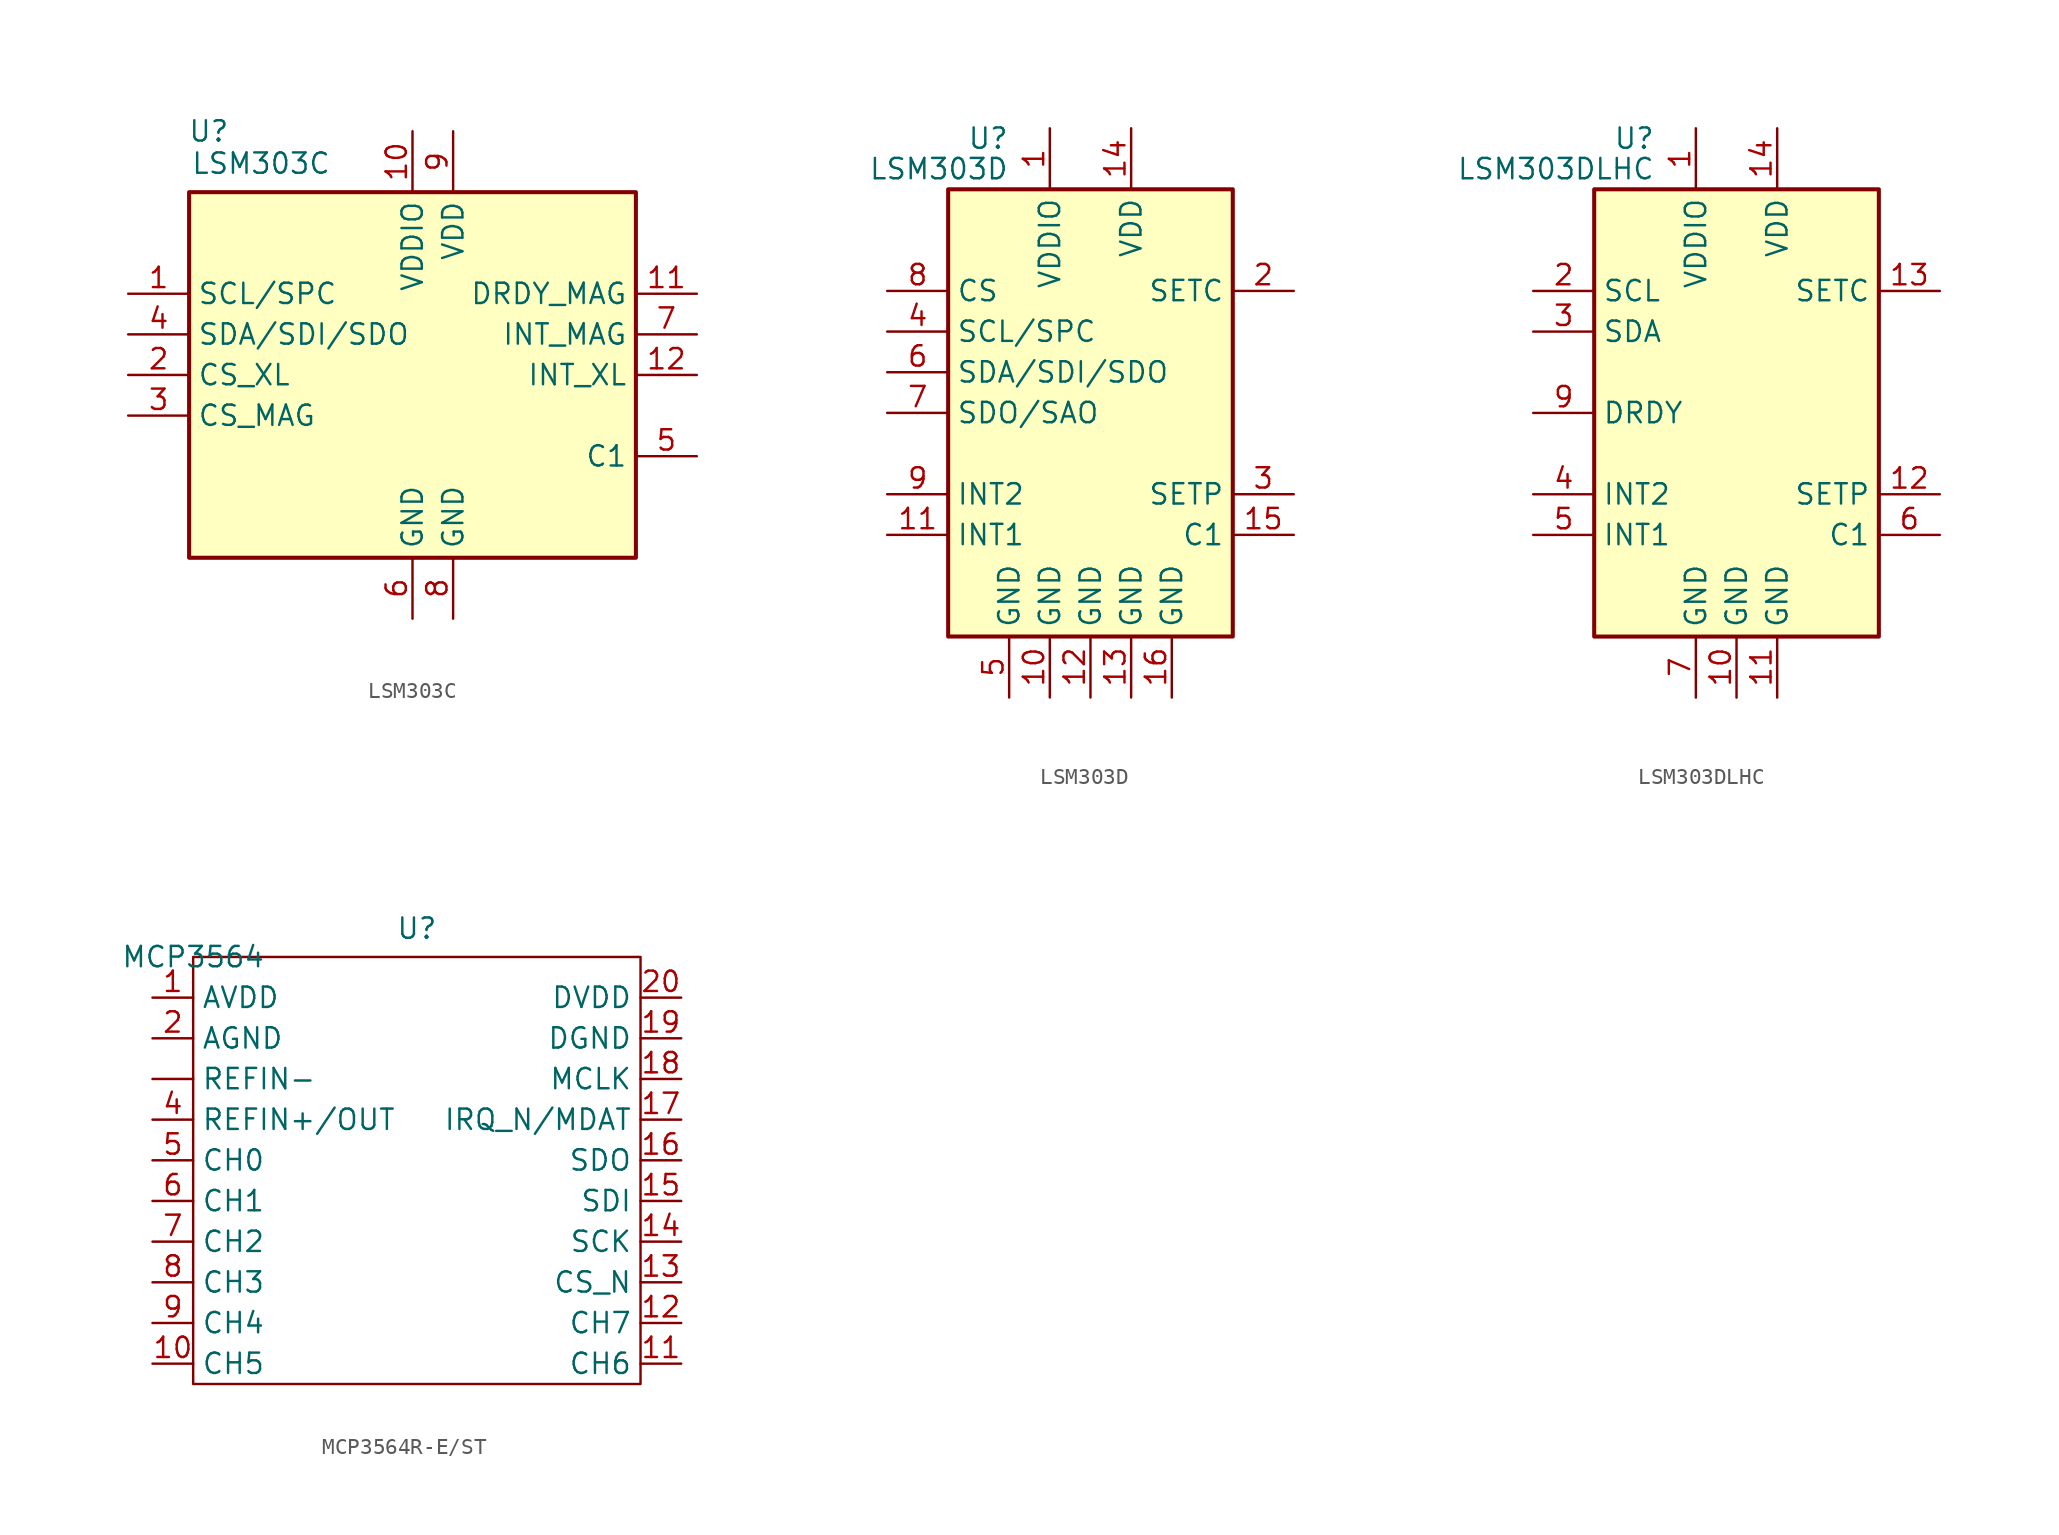
<source format=kicad_sym>
(kicad_symbol_lib
  (version 20241209)
  (generator "kicad_symbol_editor")
  (generator_version "9.0")
  (symbol "LSM303C"
    (property "Reference" "U"
      (at -11.43 15.24 0)
      (effects (font (size 1.27 1.27)) (justify right)))
    (property "Value" "LSM303C"
      (at -5.08 13.97 0)
      (effects (font (size 1.27 1.27)) (justify right top)))
    (symbol "LSM303C_0_1"
      (rectangle (start 13.97 11.43) (end -13.97 -11.43) (stroke (width 0.254) (type solid)) (fill (type background))))
    (symbol "LSM303C_1_1"
      (pin output line (at -17.78 5.08 0) (length 3.81) (name "SCL/SPC" (effects (font (size 1.27 1.27)))) (number "1" (effects (font (size 1.27 1.27)))))
      (pin bidirectional line (at -17.78 2.54 0) (length 3.81) (name "SDA/SDI/SDO" (effects (font (size 1.27 1.27)))) (number "4" (effects (font (size 1.27 1.27)))))
      (pin input line (at -17.78 0 0) (length 3.81) (name "CS_XL" (effects (font (size 1.27 1.27)))) (number "2" (effects (font (size 1.27 1.27)))))
      (pin input line (at -17.78 -2.54 0) (length 3.81) (name "CS_MAG" (effects (font (size 1.27 1.27)))) (number "3" (effects (font (size 1.27 1.27)))))
      (pin power_in line (at 0 15.24 270) (length 3.81) (name "VDDIO" (effects (font (size 1.27 1.27)))) (number "10" (effects (font (size 1.27 1.27)))))
      (pin power_in line (at 0 -15.24 90) (length 3.81) (name "GND" (effects (font (size 1.27 1.27)))) (number "6" (effects (font (size 1.27 1.27)))))
      (pin power_in line (at 2.54 15.24 270) (length 3.81) (name "VDD" (effects (font (size 1.27 1.27)))) (number "9" (effects (font (size 1.27 1.27)))))
      (pin power_in line (at 2.54 -15.24 90) (length 3.81) (name "GND" (effects (font (size 1.27 1.27)))) (number "8" (effects (font (size 1.27 1.27)))))
      (pin output line (at 17.78 5.08 180) (length 3.81) (name "DRDY_MAG" (effects (font (size 1.27 1.27)))) (number "11" (effects (font (size 1.27 1.27)))))
      (pin output line (at 17.78 2.54 180) (length 3.81) (name "INT_MAG" (effects (font (size 1.27 1.27)))) (number "7" (effects (font (size 1.27 1.27)))))
      (pin output line (at 17.78 0 180) (length 3.81) (name "INT_XL" (effects (font (size 1.27 1.27)))) (number "12" (effects (font (size 1.27 1.27)))))
      (pin passive line (at 17.78 -5.08 180) (length 3.81) (name "C1" (effects (font (size 1.27 1.27)))) (number "5" (effects (font (size 1.27 1.27)))))))
  (symbol "LSM303D"
    (property "Reference" "U"
      (at -5.08 17.145 0)
      (effects (font (size 1.27 1.27)) (justify right)))
    (property "Value" "LSM303D"
      (at -5.08 15.24 0)
      (effects (font (size 1.27 1.27)) (justify right)))
    (symbol "LSM303D_0_1"
      (rectangle (start 8.89 13.97) (end -8.89 -13.97) (stroke (width 0.254) (type solid)) (fill (type background))))
    (symbol "LSM303D_1_1"
      (pin input line (at -12.7 7.62 0) (length 3.81) (name "CS" (effects (font (size 1.27 1.27)))) (number "8" (effects (font (size 1.27 1.27)))))
      (pin input line (at -12.7 5.08 0) (length 3.81) (name "SCL/SPC" (effects (font (size 1.27 1.27)))) (number "4" (effects (font (size 1.27 1.27)))))
      (pin bidirectional line (at -12.7 2.54 0) (length 3.81) (name "SDA/SDI/SDO" (effects (font (size 1.27 1.27)))) (number "6" (effects (font (size 1.27 1.27)))))
      (pin output line (at -12.7 0 0) (length 3.81) (name "SDO/SAO" (effects (font (size 1.27 1.27)))) (number "7" (effects (font (size 1.27 1.27)))))
      (pin output line (at -12.7 -5.08 0) (length 3.81) (name "INT2" (effects (font (size 1.27 1.27)))) (number "9" (effects (font (size 1.27 1.27)))))
      (pin output line (at -12.7 -7.62 0) (length 3.81) (name "INT1" (effects (font (size 1.27 1.27)))) (number "11" (effects (font (size 1.27 1.27)))))
      (pin power_in line (at -5.08 -17.78 90) (length 3.81) (name "GND" (effects (font (size 1.27 1.27)))) (number "5" (effects (font (size 1.27 1.27)))))
      (pin power_in line (at -2.54 17.78 270) (length 3.81) (name "VDDIO" (effects (font (size 1.27 1.27)))) (number "1" (effects (font (size 1.27 1.27)))))
      (pin power_in line (at -2.54 -17.78 90) (length 3.81) (name "GND" (effects (font (size 1.27 1.27)))) (number "10" (effects (font (size 1.27 1.27)))))
      (pin power_in line (at 0 -17.78 90) (length 3.81) (name "GND" (effects (font (size 1.27 1.27)))) (number "12" (effects (font (size 1.27 1.27)))))
      (pin power_in line (at 2.54 17.78 270) (length 3.81) (name "VDD" (effects (font (size 1.27 1.27)))) (number "14" (effects (font (size 1.27 1.27)))))
      (pin power_in line (at 2.54 -17.78 90) (length 3.81) (name "GND" (effects (font (size 1.27 1.27)))) (number "13" (effects (font (size 1.27 1.27)))))
      (pin power_in line (at 5.08 -17.78 90) (length 3.81) (name "GND" (effects (font (size 1.27 1.27)))) (number "16" (effects (font (size 1.27 1.27)))))
      (pin passive line (at 12.7 7.62 180) (length 3.81) (name "SETC" (effects (font (size 1.27 1.27)))) (number "2" (effects (font (size 1.27 1.27)))))
      (pin passive line (at 12.7 -5.08 180) (length 3.81) (name "SETP" (effects (font (size 1.27 1.27)))) (number "3" (effects (font (size 1.27 1.27)))))
      (pin passive line (at 12.7 -7.62 180) (length 3.81) (name "C1" (effects (font (size 1.27 1.27)))) (number "15" (effects (font (size 1.27 1.27)))))))
  (symbol "LSM303DLHC"
    (property "Reference" "U"
      (at -5.08 17.145 0)
      (effects (font (size 1.27 1.27)) (justify right)))
    (property "Value" "LSM303DLHC"
      (at -5.08 15.24 0)
      (effects (font (size 1.27 1.27)) (justify right)))
    (symbol "LSM303DLHC_0_1"
      (rectangle (start 8.89 13.97) (end -8.89 -13.97) (stroke (width 0.254) (type solid)) (fill (type background))))
    (symbol "LSM303DLHC_1_1"
      (pin input line (at -12.7 7.62 0) (length 3.81) (name "SCL" (effects (font (size 1.27 1.27)))) (number "2" (effects (font (size 1.27 1.27)))))
      (pin bidirectional line (at -12.7 5.08 0) (length 3.81) (name "SDA" (effects (font (size 1.27 1.27)))) (number "3" (effects (font (size 1.27 1.27)))))
      (pin output line (at -12.7 0 0) (length 3.81) (name "DRDY" (effects (font (size 1.27 1.27)))) (number "9" (effects (font (size 1.27 1.27)))))
      (pin output line (at -12.7 -5.08 0) (length 3.81) (name "INT2" (effects (font (size 1.27 1.27)))) (number "4" (effects (font (size 1.27 1.27)))))
      (pin output line (at -12.7 -7.62 0) (length 3.81) (name "INT1" (effects (font (size 1.27 1.27)))) (number "5" (effects (font (size 1.27 1.27)))))
      (pin power_in line (at -2.54 17.78 270) (length 3.81) (name "VDDIO" (effects (font (size 1.27 1.27)))) (number "1" (effects (font (size 1.27 1.27)))))
      (pin power_in line (at -2.54 -17.78 90) (length 3.81) (name "GND" (effects (font (size 1.27 1.27)))) (number "7" (effects (font (size 1.27 1.27)))))
      (pin power_in line (at 0 -17.78 90) (length 3.81) (name "GND" (effects (font (size 1.27 1.27)))) (number "10" (effects (font (size 1.27 1.27)))))
      (pin power_in line (at 2.54 17.78 270) (length 3.81) (name "VDD" (effects (font (size 1.27 1.27)))) (number "14" (effects (font (size 1.27 1.27)))))
      (pin power_in line (at 2.54 -17.78 90) (length 3.81) (name "GND" (effects (font (size 1.27 1.27)))) (number "11" (effects (font (size 1.27 1.27)))))
      (pin no_connect line (at 7.62 -2.54 180) (length 3.81) (hide yes) (name "NC" (effects (font (size 1.27 1.27)))) (number "8" (effects (font (size 1.27 1.27)))))
      (pin passive line (at 12.7 7.62 180) (length 3.81) (name "SETC" (effects (font (size 1.27 1.27)))) (number "13" (effects (font (size 1.27 1.27)))))
      (pin passive line (at 12.7 -5.08 180) (length 3.81) (name "SETP" (effects (font (size 1.27 1.27)))) (number "12" (effects (font (size 1.27 1.27)))))
      (pin passive line (at 12.7 -7.62 180) (length 3.81) (name "C1" (effects (font (size 1.27 1.27)))) (number "6" (effects (font (size 1.27 1.27)))))))
  (symbol "MCP3564R-E/ST"
    (property "Reference" "U"
      (at 13.97 1.778 0)
      (effects (font (size 1.27 1.27))))
    (property "Value" "MCP3564"
      (at 0 0 0)
      (effects (font (size 1.27 1.27))))
    (symbol "MCP3564R-E/ST_0_1"
      (rectangle (start 0 0) (end 27.94 -26.67) (stroke (width 0) (type default)) (fill (type none))))
    (symbol "MCP3564R-E/ST_1_1"
      (pin power_in line (at -2.54 -2.54 0) (length 2.54) (name "AVDD" (effects (font (size 1.27 1.27)))) (number "1" (effects (font (size 1.27 1.27)))))
      (pin passive line (at -2.54 -5.08 0) (length 2.54) (name "AGND" (effects (font (size 1.27 1.27)))) (number "2" (effects (font (size 1.27 1.27)))))
      (pin passive line (at -2.54 -7.62 0) (length 2.54) (name "REFIN-" (effects (font (size 1.27 1.27)))) (number "" (effects (font (size 1.27 1.27)))))
      (pin passive line (at -2.54 -10.16 0) (length 2.54) (name "REFIN+/OUT" (effects (font (size 1.27 1.27)))) (number "4" (effects (font (size 1.27 1.27)))))
      (pin passive line (at -2.54 -12.7 0) (length 2.54) (name "CH0" (effects (font (size 1.27 1.27)))) (number "5" (effects (font (size 1.27 1.27)))))
      (pin passive line (at -2.54 -15.24 0) (length 2.54) (name "CH1" (effects (font (size 1.27 1.27)))) (number "6" (effects (font (size 1.27 1.27)))))
      (pin passive line (at -2.54 -17.78 0) (length 2.54) (name "CH2" (effects (font (size 1.27 1.27)))) (number "7" (effects (font (size 1.27 1.27)))))
      (pin passive line (at -2.54 -20.32 0) (length 2.54) (name "CH3" (effects (font (size 1.27 1.27)))) (number "8" (effects (font (size 1.27 1.27)))))
      (pin passive line (at -2.54 -22.86 0) (length 2.54) (name "CH4" (effects (font (size 1.27 1.27)))) (number "9" (effects (font (size 1.27 1.27)))))
      (pin passive line (at -2.54 -25.4 0) (length 2.54) (name "CH5" (effects (font (size 1.27 1.27)))) (number "10" (effects (font (size 1.27 1.27)))))
      (pin passive line (at 30.48 -2.54 180) (length 2.54) (name "DVDD" (effects (font (size 1.27 1.27)))) (number "20" (effects (font (size 1.27 1.27)))))
      (pin passive line (at 30.48 -5.08 180) (length 2.54) (name "DGND" (effects (font (size 1.27 1.27)))) (number "19" (effects (font (size 1.27 1.27)))))
      (pin passive line (at 30.48 -7.62 180) (length 2.54) (name "MCLK" (effects (font (size 1.27 1.27)))) (number "18" (effects (font (size 1.27 1.27)))))
      (pin passive line (at 30.48 -10.16 180) (length 2.54) (name "IRQ_N/MDAT" (effects (font (size 1.27 1.27)))) (number "17" (effects (font (size 1.27 1.27)))))
      (pin passive line (at 30.48 -12.7 180) (length 2.54) (name "SDO" (effects (font (size 1.27 1.27)))) (number "16" (effects (font (size 1.27 1.27)))))
      (pin passive line (at 30.48 -15.24 180) (length 2.54) (name "SDI" (effects (font (size 1.27 1.27)))) (number "15" (effects (font (size 1.27 1.27)))))
      (pin passive line (at 30.48 -17.78 180) (length 2.54) (name "SCK" (effects (font (size 1.27 1.27)))) (number "14" (effects (font (size 1.27 1.27)))))
      (pin passive line (at 30.48 -20.32 180) (length 2.54) (name "CS_N" (effects (font (size 1.27 1.27)))) (number "13" (effects (font (size 1.27 1.27)))))
      (pin passive line (at 30.48 -22.86 180) (length 2.54) (name "CH7" (effects (font (size 1.27 1.27)))) (number "12" (effects (font (size 1.27 1.27)))))
      (pin passive line (at 30.48 -25.4 180) (length 2.54) (name "CH6" (effects (font (size 1.27 1.27)))) (number "11" (effects (font (size 1.27 1.27))))))))
</source>
